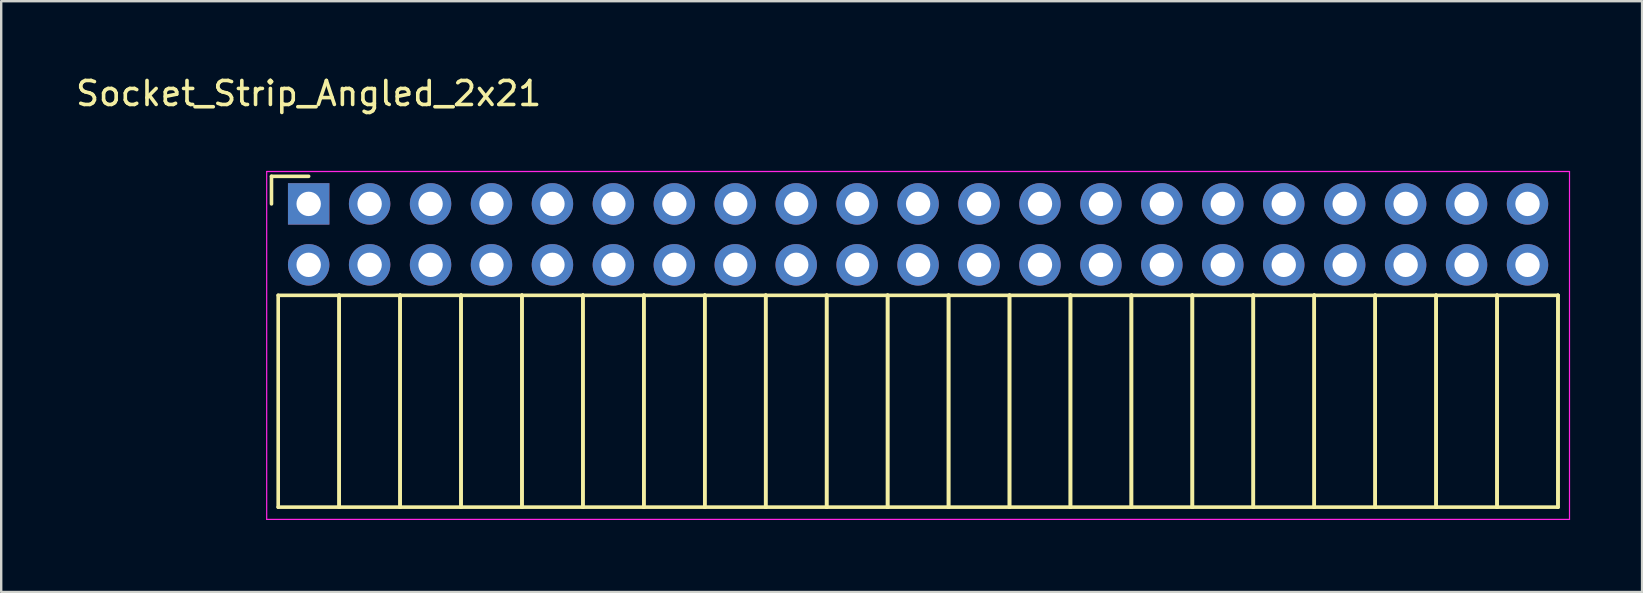
<source format=kicad_pcb>
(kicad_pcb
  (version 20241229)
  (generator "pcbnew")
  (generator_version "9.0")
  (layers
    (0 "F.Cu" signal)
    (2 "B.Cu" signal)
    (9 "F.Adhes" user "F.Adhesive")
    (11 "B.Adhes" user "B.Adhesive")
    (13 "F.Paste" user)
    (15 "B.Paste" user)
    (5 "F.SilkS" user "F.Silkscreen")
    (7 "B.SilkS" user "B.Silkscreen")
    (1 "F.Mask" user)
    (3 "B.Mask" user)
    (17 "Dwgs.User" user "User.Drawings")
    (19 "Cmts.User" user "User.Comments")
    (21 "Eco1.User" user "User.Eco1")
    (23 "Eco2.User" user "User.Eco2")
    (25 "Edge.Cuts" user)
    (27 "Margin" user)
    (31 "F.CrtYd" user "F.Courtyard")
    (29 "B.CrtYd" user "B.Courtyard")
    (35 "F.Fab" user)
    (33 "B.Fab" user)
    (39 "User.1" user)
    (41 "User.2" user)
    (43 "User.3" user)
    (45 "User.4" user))
  (footprint "Socket_Strip_Angled_2x21"
    (layer "F.Cu")
    (at 9.815 5.448)
    (property "Reference" "Socket_Strip_Angled_2x21" (at 0 -4.6 0) (layer "F.SilkS") (effects (font (size 1 1) (thickness 0.15))))
    (attr through_hole)
    (fp_line (start -1.55 -1.15) (end -1.55 0) (stroke (width 0.15) (type solid)) (layer "F.SilkS"))
    (fp_line (start -1.27 3.81) (end -1.27 12.64) (stroke (width 0.15) (type solid)) (layer "F.SilkS"))
    (fp_line (start -1.27 3.81) (end 1.27 3.81) (stroke (width 0.15) (type solid)) (layer "F.SilkS"))
    (fp_line (start -1.27 12.64) (end 1.27 12.64) (stroke (width 0.15) (type solid)) (layer "F.SilkS"))
    (fp_line (start 0 -1.15) (end -1.55 -1.15) (stroke (width 0.15) (type solid)) (layer "F.SilkS"))
    (fp_line (start 1.27 3.81) (end 1.27 12.64) (stroke (width 0.15) (type solid)) (layer "F.SilkS"))
    (fp_line (start 1.27 3.81) (end 3.81 3.81) (stroke (width 0.15) (type solid)) (layer "F.SilkS"))
    (fp_line (start 1.27 12.64) (end 1.27 3.81) (stroke (width 0.15) (type solid)) (layer "F.SilkS"))
    (fp_line (start 1.27 12.64) (end 3.81 12.64) (stroke (width 0.15) (type solid)) (layer "F.SilkS"))
    (fp_line (start 3.81 3.81) (end 3.81 12.64) (stroke (width 0.15) (type solid)) (layer "F.SilkS"))
    (fp_line (start 3.81 3.81) (end 6.35 3.81) (stroke (width 0.15) (type solid)) (layer "F.SilkS"))
    (fp_line (start 3.81 12.64) (end 3.81 3.81) (stroke (width 0.15) (type solid)) (layer "F.SilkS"))
    (fp_line (start 3.81 12.64) (end 6.35 12.64) (stroke (width 0.15) (type solid)) (layer "F.SilkS"))
    (fp_line (start 6.35 3.81) (end 6.35 12.64) (stroke (width 0.15) (type solid)) (layer "F.SilkS"))
    (fp_line (start 6.35 3.81) (end 8.89 3.81) (stroke (width 0.15) (type solid)) (layer "F.SilkS"))
    (fp_line (start 6.35 12.64) (end 6.35 3.81) (stroke (width 0.15) (type solid)) (layer "F.SilkS"))
    (fp_line (start 6.35 12.64) (end 8.89 12.64) (stroke (width 0.15) (type solid)) (layer "F.SilkS"))
    (fp_line (start 8.89 3.81) (end 8.89 12.64) (stroke (width 0.15) (type solid)) (layer "F.SilkS"))
    (fp_line (start 8.89 3.81) (end 11.43 3.81) (stroke (width 0.15) (type solid)) (layer "F.SilkS"))
    (fp_line (start 8.89 12.64) (end 8.89 3.81) (stroke (width 0.15) (type solid)) (layer "F.SilkS"))
    (fp_line (start 8.89 12.64) (end 11.43 12.64) (stroke (width 0.15) (type solid)) (layer "F.SilkS"))
    (fp_line (start 11.43 3.81) (end 11.43 12.64) (stroke (width 0.15) (type solid)) (layer "F.SilkS"))
    (fp_line (start 11.43 3.81) (end 13.97 3.81) (stroke (width 0.15) (type solid)) (layer "F.SilkS"))
    (fp_line (start 11.43 12.64) (end 11.43 3.81) (stroke (width 0.15) (type solid)) (layer "F.SilkS"))
    (fp_line (start 11.43 12.64) (end 13.97 12.64) (stroke (width 0.15) (type solid)) (layer "F.SilkS"))
    (fp_line (start 13.97 3.81) (end 13.97 12.64) (stroke (width 0.15) (type solid)) (layer "F.SilkS"))
    (fp_line (start 13.97 3.81) (end 16.51 3.81) (stroke (width 0.15) (type solid)) (layer "F.SilkS"))
    (fp_line (start 13.97 12.64) (end 13.97 3.81) (stroke (width 0.15) (type solid)) (layer "F.SilkS"))
    (fp_line (start 13.97 12.64) (end 16.51 12.64) (stroke (width 0.15) (type solid)) (layer "F.SilkS"))
    (fp_line (start 16.51 3.81) (end 16.51 12.64) (stroke (width 0.15) (type solid)) (layer "F.SilkS"))
    (fp_line (start 16.51 3.81) (end 19.05 3.81) (stroke (width 0.15) (type solid)) (layer "F.SilkS"))
    (fp_line (start 16.51 12.64) (end 16.51 3.81) (stroke (width 0.15) (type solid)) (layer "F.SilkS"))
    (fp_line (start 16.51 12.64) (end 19.05 12.64) (stroke (width 0.15) (type solid)) (layer "F.SilkS"))
    (fp_line (start 19.05 3.81) (end 19.05 12.64) (stroke (width 0.15) (type solid)) (layer "F.SilkS"))
    (fp_line (start 19.05 3.81) (end 21.59 3.81) (stroke (width 0.15) (type solid)) (layer "F.SilkS"))
    (fp_line (start 19.05 12.64) (end 19.05 3.81) (stroke (width 0.15) (type solid)) (layer "F.SilkS"))
    (fp_line (start 19.05 12.64) (end 21.59 12.64) (stroke (width 0.15) (type solid)) (layer "F.SilkS"))
    (fp_line (start 21.59 3.81) (end 21.59 12.64) (stroke (width 0.15) (type solid)) (layer "F.SilkS"))
    (fp_line (start 21.59 3.81) (end 24.13 3.81) (stroke (width 0.15) (type solid)) (layer "F.SilkS"))
    (fp_line (start 21.59 12.64) (end 21.59 3.81) (stroke (width 0.15) (type solid)) (layer "F.SilkS"))
    (fp_line (start 21.59 12.64) (end 24.13 12.64) (stroke (width 0.15) (type solid)) (layer "F.SilkS"))
    (fp_line (start 24.13 3.81) (end 24.13 12.64) (stroke (width 0.15) (type solid)) (layer "F.SilkS"))
    (fp_line (start 24.13 3.81) (end 26.67 3.81) (stroke (width 0.15) (type solid)) (layer "F.SilkS"))
    (fp_line (start 24.13 12.64) (end 24.13 3.81) (stroke (width 0.15) (type solid)) (layer "F.SilkS"))
    (fp_line (start 24.13 12.64) (end 26.67 12.64) (stroke (width 0.15) (type solid)) (layer "F.SilkS"))
    (fp_line (start 26.67 3.81) (end 26.67 12.64) (stroke (width 0.15) (type solid)) (layer "F.SilkS"))
    (fp_line (start 26.67 3.81) (end 29.21 3.81) (stroke (width 0.15) (type solid)) (layer "F.SilkS"))
    (fp_line (start 26.67 12.64) (end 26.67 3.81) (stroke (width 0.15) (type solid)) (layer "F.SilkS"))
    (fp_line (start 26.67 12.64) (end 29.21 12.64) (stroke (width 0.15) (type solid)) (layer "F.SilkS"))
    (fp_line (start 29.21 3.81) (end 29.21 12.64) (stroke (width 0.15) (type solid)) (layer "F.SilkS"))
    (fp_line (start 29.21 3.81) (end 31.75 3.81) (stroke (width 0.15) (type solid)) (layer "F.SilkS"))
    (fp_line (start 29.21 12.64) (end 29.21 3.81) (stroke (width 0.15) (type solid)) (layer "F.SilkS"))
    (fp_line (start 29.21 12.64) (end 31.75 12.64) (stroke (width 0.15) (type solid)) (layer "F.SilkS"))
    (fp_line (start 31.75 3.81) (end 31.75 12.64) (stroke (width 0.15) (type solid)) (layer "F.SilkS"))
    (fp_line (start 31.75 3.81) (end 34.29 3.81) (stroke (width 0.15) (type solid)) (layer "F.SilkS"))
    (fp_line (start 31.75 12.64) (end 31.75 3.81) (stroke (width 0.15) (type solid)) (layer "F.SilkS"))
    (fp_line (start 31.75 12.64) (end 34.29 12.64) (stroke (width 0.15) (type solid)) (layer "F.SilkS"))
    (fp_line (start 34.29 3.81) (end 34.29 12.64) (stroke (width 0.15) (type solid)) (layer "F.SilkS"))
    (fp_line (start 34.29 3.81) (end 36.83 3.81) (stroke (width 0.15) (type solid)) (layer "F.SilkS"))
    (fp_line (start 34.29 12.64) (end 34.29 3.81) (stroke (width 0.15) (type solid)) (layer "F.SilkS"))
    (fp_line (start 34.29 12.64) (end 36.83 12.64) (stroke (width 0.15) (type solid)) (layer "F.SilkS"))
    (fp_line (start 36.83 3.81) (end 36.83 12.64) (stroke (width 0.15) (type solid)) (layer "F.SilkS"))
    (fp_line (start 36.83 3.81) (end 39.37 3.81) (stroke (width 0.15) (type solid)) (layer "F.SilkS"))
    (fp_line (start 36.83 12.64) (end 36.83 3.81) (stroke (width 0.15) (type solid)) (layer "F.SilkS"))
    (fp_line (start 36.83 12.64) (end 39.37 12.64) (stroke (width 0.15) (type solid)) (layer "F.SilkS"))
    (fp_line (start 39.37 3.81) (end 39.37 12.64) (stroke (width 0.15) (type solid)) (layer "F.SilkS"))
    (fp_line (start 39.37 3.81) (end 41.91 3.81) (stroke (width 0.15) (type solid)) (layer "F.SilkS"))
    (fp_line (start 39.37 12.64) (end 39.37 3.81) (stroke (width 0.15) (type solid)) (layer "F.SilkS"))
    (fp_line (start 39.37 12.64) (end 41.91 12.64) (stroke (width 0.15) (type solid)) (layer "F.SilkS"))
    (fp_line (start 41.91 3.81) (end 41.91 12.64) (stroke (width 0.15) (type solid)) (layer "F.SilkS"))
    (fp_line (start 41.91 3.81) (end 44.45 3.81) (stroke (width 0.15) (type solid)) (layer "F.SilkS"))
    (fp_line (start 41.91 12.64) (end 41.91 3.81) (stroke (width 0.15) (type solid)) (layer "F.SilkS"))
    (fp_line (start 41.91 12.64) (end 44.45 12.64) (stroke (width 0.15) (type solid)) (layer "F.SilkS"))
    (fp_line (start 44.45 3.81) (end 44.45 12.64) (stroke (width 0.15) (type solid)) (layer "F.SilkS"))
    (fp_line (start 44.45 3.81) (end 46.99 3.81) (stroke (width 0.15) (type solid)) (layer "F.SilkS"))
    (fp_line (start 44.45 12.64) (end 44.45 3.81) (stroke (width 0.15) (type solid)) (layer "F.SilkS"))
    (fp_line (start 44.45 12.64) (end 46.99 12.64) (stroke (width 0.15) (type solid)) (layer "F.SilkS"))
    (fp_line (start 46.99 3.81) (end 46.99 12.64) (stroke (width 0.15) (type solid)) (layer "F.SilkS"))
    (fp_line (start 46.99 3.81) (end 49.53 3.81) (stroke (width 0.15) (type solid)) (layer "F.SilkS"))
    (fp_line (start 46.99 12.64) (end 46.99 3.81) (stroke (width 0.15) (type solid)) (layer "F.SilkS"))
    (fp_line (start 46.99 12.64) (end 49.53 12.64) (stroke (width 0.15) (type solid)) (layer "F.SilkS"))
    (fp_line (start 49.53 3.81) (end 49.53 12.64) (stroke (width 0.15) (type solid)) (layer "F.SilkS"))
    (fp_line (start 49.53 3.81) (end 52.07 3.81) (stroke (width 0.15) (type solid)) (layer "F.SilkS"))
    (fp_line (start 49.53 12.64) (end 49.53 3.81) (stroke (width 0.15) (type solid)) (layer "F.SilkS"))
    (fp_line (start 49.53 12.64) (end 52.07 12.64) (stroke (width 0.15) (type solid)) (layer "F.SilkS"))
    (fp_line (start 52.07 3.81) (end 52.07 12.64) (stroke (width 0.15) (type solid)) (layer "F.SilkS"))
    (fp_line (start 52.07 12.64) (end 52.07 3.81) (stroke (width 0.15) (type solid)) (layer "F.SilkS"))
    (fp_line (start -1.75 -1.35) (end -1.75 13.15) (stroke (width 0.05) (type solid)) (layer "F.CrtYd"))
    (fp_line (start -1.75 -1.35) (end 52.55 -1.35) (stroke (width 0.05) (type solid)) (layer "F.CrtYd"))
    (fp_line (start -1.75 13.15) (end 52.55 13.15) (stroke (width 0.05) (type solid)) (layer "F.CrtYd"))
    (fp_line (start 52.55 -1.35) (end 52.55 13.15) (stroke (width 0.05) (type solid)) (layer "F.CrtYd"))
    (pad "1" thru_hole rect (at 0 0) (size 1.727 1.727) (drill 1.016) (layers "*.Cu" "*.Mask"))
    (pad "2" thru_hole oval (at 0 2.54) (size 1.727 1.727) (drill 1.016) (layers "*.Cu" "*.Mask"))
    (pad "3" thru_hole oval (at 2.54 0) (size 1.727 1.727) (drill 1.016) (layers "*.Cu" "*.Mask"))
    (pad "4" thru_hole oval (at 2.54 2.54) (size 1.727 1.727) (drill 1.016) (layers "*.Cu" "*.Mask"))
    (pad "5" thru_hole oval (at 5.08 0) (size 1.727 1.727) (drill 1.016) (layers "*.Cu" "*.Mask"))
    (pad "6" thru_hole oval (at 5.08 2.54) (size 1.727 1.727) (drill 1.016) (layers "*.Cu" "*.Mask"))
    (pad "7" thru_hole oval (at 7.62 0) (size 1.727 1.727) (drill 1.016) (layers "*.Cu" "*.Mask"))
    (pad "8" thru_hole oval (at 7.62 2.54) (size 1.727 1.727) (drill 1.016) (layers "*.Cu" "*.Mask"))
    (pad "9" thru_hole oval (at 10.16 0) (size 1.727 1.727) (drill 1.016) (layers "*.Cu" "*.Mask"))
    (pad "10" thru_hole oval (at 10.16 2.54) (size 1.727 1.727) (drill 1.016) (layers "*.Cu" "*.Mask"))
    (pad "11" thru_hole oval (at 12.7 0) (size 1.727 1.727) (drill 1.016) (layers "*.Cu" "*.Mask"))
    (pad "12" thru_hole oval (at 12.7 2.54) (size 1.727 1.727) (drill 1.016) (layers "*.Cu" "*.Mask"))
    (pad "13" thru_hole oval (at 15.24 0) (size 1.727 1.727) (drill 1.016) (layers "*.Cu" "*.Mask"))
    (pad "14" thru_hole oval (at 15.24 2.54) (size 1.727 1.727) (drill 1.016) (layers "*.Cu" "*.Mask"))
    (pad "15" thru_hole oval (at 17.78 0) (size 1.727 1.727) (drill 1.016) (layers "*.Cu" "*.Mask"))
    (pad "16" thru_hole oval (at 17.78 2.54) (size 1.727 1.727) (drill 1.016) (layers "*.Cu" "*.Mask"))
    (pad "17" thru_hole oval (at 20.32 0) (size 1.727 1.727) (drill 1.016) (layers "*.Cu" "*.Mask"))
    (pad "18" thru_hole oval (at 20.32 2.54) (size 1.727 1.727) (drill 1.016) (layers "*.Cu" "*.Mask"))
    (pad "19" thru_hole oval (at 22.86 0) (size 1.727 1.727) (drill 1.016) (layers "*.Cu" "*.Mask"))
    (pad "20" thru_hole oval (at 22.86 2.54) (size 1.727 1.727) (drill 1.016) (layers "*.Cu" "*.Mask"))
    (pad "21" thru_hole oval (at 25.4 0) (size 1.727 1.727) (drill 1.016) (layers "*.Cu" "*.Mask"))
    (pad "22" thru_hole oval (at 25.4 2.54) (size 1.727 1.727) (drill 1.016) (layers "*.Cu" "*.Mask"))
    (pad "23" thru_hole oval (at 27.94 0) (size 1.727 1.727) (drill 1.016) (layers "*.Cu" "*.Mask"))
    (pad "24" thru_hole oval (at 27.94 2.54) (size 1.727 1.727) (drill 1.016) (layers "*.Cu" "*.Mask"))
    (pad "25" thru_hole oval (at 30.48 0) (size 1.727 1.727) (drill 1.016) (layers "*.Cu" "*.Mask"))
    (pad "26" thru_hole oval (at 30.48 2.54) (size 1.727 1.727) (drill 1.016) (layers "*.Cu" "*.Mask"))
    (pad "27" thru_hole oval (at 33.02 0) (size 1.727 1.727) (drill 1.016) (layers "*.Cu" "*.Mask"))
    (pad "28" thru_hole oval (at 33.02 2.54) (size 1.727 1.727) (drill 1.016) (layers "*.Cu" "*.Mask"))
    (pad "29" thru_hole oval (at 35.56 0) (size 1.727 1.727) (drill 1.016) (layers "*.Cu" "*.Mask"))
    (pad "30" thru_hole oval (at 35.56 2.54) (size 1.727 1.727) (drill 1.016) (layers "*.Cu" "*.Mask"))
    (pad "31" thru_hole oval (at 38.1 0) (size 1.727 1.727) (drill 1.016) (layers "*.Cu" "*.Mask"))
    (pad "32" thru_hole oval (at 38.1 2.54) (size 1.727 1.727) (drill 1.016) (layers "*.Cu" "*.Mask"))
    (pad "33" thru_hole oval (at 40.64 0) (size 1.727 1.727) (drill 1.016) (layers "*.Cu" "*.Mask"))
    (pad "34" thru_hole oval (at 40.64 2.54) (size 1.727 1.727) (drill 1.016) (layers "*.Cu" "*.Mask"))
    (pad "35" thru_hole oval (at 43.18 0) (size 1.727 1.727) (drill 1.016) (layers "*.Cu" "*.Mask"))
    (pad "36" thru_hole oval (at 43.18 2.54) (size 1.727 1.727) (drill 1.016) (layers "*.Cu" "*.Mask"))
    (pad "37" thru_hole oval (at 45.72 0) (size 1.727 1.727) (drill 1.016) (layers "*.Cu" "*.Mask"))
    (pad "38" thru_hole oval (at 45.72 2.54) (size 1.727 1.727) (drill 1.016) (layers "*.Cu" "*.Mask"))
    (pad "39" thru_hole oval (at 48.26 0) (size 1.727 1.727) (drill 1.016) (layers "*.Cu" "*.Mask"))
    (pad "40" thru_hole oval (at 48.26 2.54) (size 1.727 1.727) (drill 1.016) (layers "*.Cu" "*.Mask"))
    (pad "41" thru_hole oval (at 50.8 0) (size 1.727 1.727) (drill 1.016) (layers "*.Cu" "*.Mask"))
    (pad "42" thru_hole oval (at 50.8 2.54) (size 1.727 1.727) (drill 1.016) (layers "*.Cu" "*.Mask")))
  (gr_rect
    (start -3 -3)
    (end 65.39 21.623)
    (stroke (width 0.1) (type default))
    (fill no)
    (layer "Edge.Cuts")))
</source>
